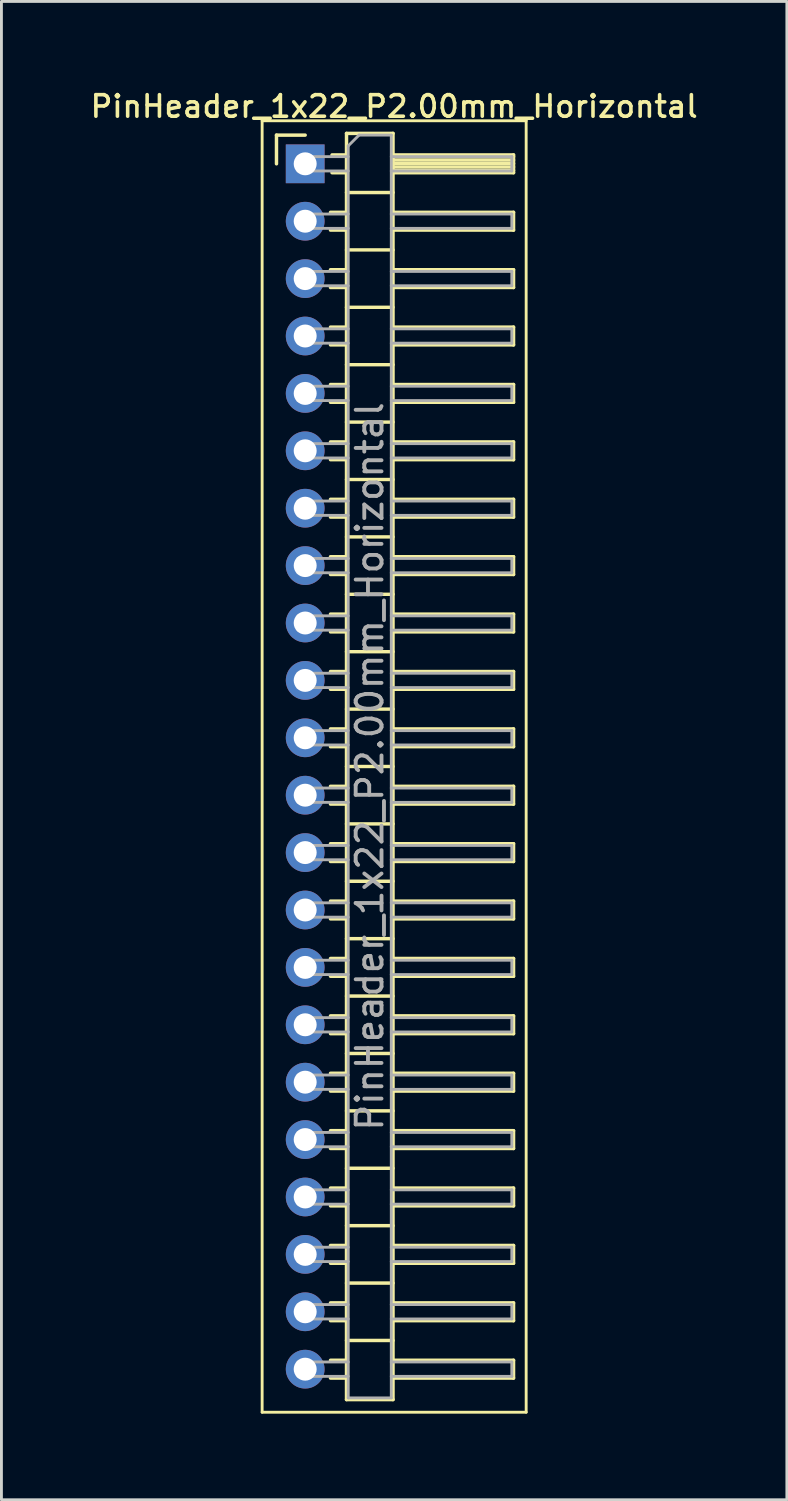
<source format=kicad_pcb>
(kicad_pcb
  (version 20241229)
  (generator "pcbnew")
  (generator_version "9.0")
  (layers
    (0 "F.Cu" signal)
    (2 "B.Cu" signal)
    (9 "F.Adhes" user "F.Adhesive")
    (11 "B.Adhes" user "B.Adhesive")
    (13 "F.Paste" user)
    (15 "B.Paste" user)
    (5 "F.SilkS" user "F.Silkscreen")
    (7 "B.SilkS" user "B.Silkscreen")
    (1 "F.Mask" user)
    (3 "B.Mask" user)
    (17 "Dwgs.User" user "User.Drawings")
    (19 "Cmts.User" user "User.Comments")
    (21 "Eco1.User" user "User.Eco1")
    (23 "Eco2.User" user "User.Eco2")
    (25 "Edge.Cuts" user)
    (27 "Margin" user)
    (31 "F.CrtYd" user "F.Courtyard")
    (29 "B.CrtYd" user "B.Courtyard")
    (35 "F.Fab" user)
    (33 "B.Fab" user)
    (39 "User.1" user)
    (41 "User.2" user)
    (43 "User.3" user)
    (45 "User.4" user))
  (footprint "PinHeader_1x22_P2.00mm_Horizontal"
    (layer "F.Cu")
    (at 7.584 2.658)
    (property "Reference" "PinHeader_1x22_P2.00mm_Horizontal" (at 3.1 -2 0) (layer "F.SilkS") (effects (font (size 0.75 0.75) (thickness 0.125))))
    (attr through_hole)
    (fp_line (start -1.5 -1.5) (end -1.5 43.5) (stroke (width 0.1) (type solid)) (layer "F.SilkS"))
    (fp_line (start -1.5 43.5) (end 7.7 43.5) (stroke (width 0.1) (type solid)) (layer "F.SilkS"))
    (fp_line (start -1 -1) (end 0 -1) (stroke (width 0.12) (type solid)) (layer "F.SilkS"))
    (fp_line (start -1 0) (end -1 -1) (stroke (width 0.12) (type solid)) (layer "F.SilkS"))
    (fp_line (start 0.882 1.69) (end 1.44 1.69) (stroke (width 0.12) (type solid)) (layer "F.SilkS"))
    (fp_line (start 0.882 2.31) (end 1.44 2.31) (stroke (width 0.12) (type solid)) (layer "F.SilkS"))
    (fp_line (start 0.882 3.69) (end 1.44 3.69) (stroke (width 0.12) (type solid)) (layer "F.SilkS"))
    (fp_line (start 0.882 4.31) (end 1.44 4.31) (stroke (width 0.12) (type solid)) (layer "F.SilkS"))
    (fp_line (start 0.882 5.69) (end 1.44 5.69) (stroke (width 0.12) (type solid)) (layer "F.SilkS"))
    (fp_line (start 0.882 6.31) (end 1.44 6.31) (stroke (width 0.12) (type solid)) (layer "F.SilkS"))
    (fp_line (start 0.882 7.69) (end 1.44 7.69) (stroke (width 0.12) (type solid)) (layer "F.SilkS"))
    (fp_line (start 0.882 8.31) (end 1.44 8.31) (stroke (width 0.12) (type solid)) (layer "F.SilkS"))
    (fp_line (start 0.882 9.69) (end 1.44 9.69) (stroke (width 0.12) (type solid)) (layer "F.SilkS"))
    (fp_line (start 0.882 10.31) (end 1.44 10.31) (stroke (width 0.12) (type solid)) (layer "F.SilkS"))
    (fp_line (start 0.882 11.69) (end 1.44 11.69) (stroke (width 0.12) (type solid)) (layer "F.SilkS"))
    (fp_line (start 0.882 12.31) (end 1.44 12.31) (stroke (width 0.12) (type solid)) (layer "F.SilkS"))
    (fp_line (start 0.882 13.69) (end 1.44 13.69) (stroke (width 0.12) (type solid)) (layer "F.SilkS"))
    (fp_line (start 0.882 14.31) (end 1.44 14.31) (stroke (width 0.12) (type solid)) (layer "F.SilkS"))
    (fp_line (start 0.882 15.69) (end 1.44 15.69) (stroke (width 0.12) (type solid)) (layer "F.SilkS"))
    (fp_line (start 0.882 16.31) (end 1.44 16.31) (stroke (width 0.12) (type solid)) (layer "F.SilkS"))
    (fp_line (start 0.882 17.69) (end 1.44 17.69) (stroke (width 0.12) (type solid)) (layer "F.SilkS"))
    (fp_line (start 0.882 18.31) (end 1.44 18.31) (stroke (width 0.12) (type solid)) (layer "F.SilkS"))
    (fp_line (start 0.882 19.69) (end 1.44 19.69) (stroke (width 0.12) (type solid)) (layer "F.SilkS"))
    (fp_line (start 0.882 20.31) (end 1.44 20.31) (stroke (width 0.12) (type solid)) (layer "F.SilkS"))
    (fp_line (start 0.882 21.69) (end 1.44 21.69) (stroke (width 0.12) (type solid)) (layer "F.SilkS"))
    (fp_line (start 0.882 22.31) (end 1.44 22.31) (stroke (width 0.12) (type solid)) (layer "F.SilkS"))
    (fp_line (start 0.882 23.69) (end 1.44 23.69) (stroke (width 0.12) (type solid)) (layer "F.SilkS"))
    (fp_line (start 0.882 24.31) (end 1.44 24.31) (stroke (width 0.12) (type solid)) (layer "F.SilkS"))
    (fp_line (start 0.882 25.69) (end 1.44 25.69) (stroke (width 0.12) (type solid)) (layer "F.SilkS"))
    (fp_line (start 0.882 26.31) (end 1.44 26.31) (stroke (width 0.12) (type solid)) (layer "F.SilkS"))
    (fp_line (start 0.882 27.69) (end 1.44 27.69) (stroke (width 0.12) (type solid)) (layer "F.SilkS"))
    (fp_line (start 0.882 28.31) (end 1.44 28.31) (stroke (width 0.12) (type solid)) (layer "F.SilkS"))
    (fp_line (start 0.882 29.69) (end 1.44 29.69) (stroke (width 0.12) (type solid)) (layer "F.SilkS"))
    (fp_line (start 0.882 30.31) (end 1.44 30.31) (stroke (width 0.12) (type solid)) (layer "F.SilkS"))
    (fp_line (start 0.882 31.69) (end 1.44 31.69) (stroke (width 0.12) (type solid)) (layer "F.SilkS"))
    (fp_line (start 0.882 32.31) (end 1.44 32.31) (stroke (width 0.12) (type solid)) (layer "F.SilkS"))
    (fp_line (start 0.882 33.69) (end 1.44 33.69) (stroke (width 0.12) (type solid)) (layer "F.SilkS"))
    (fp_line (start 0.882 34.31) (end 1.44 34.31) (stroke (width 0.12) (type solid)) (layer "F.SilkS"))
    (fp_line (start 0.882 35.69) (end 1.44 35.69) (stroke (width 0.12) (type solid)) (layer "F.SilkS"))
    (fp_line (start 0.882 36.31) (end 1.44 36.31) (stroke (width 0.12) (type solid)) (layer "F.SilkS"))
    (fp_line (start 0.882 37.69) (end 1.44 37.69) (stroke (width 0.12) (type solid)) (layer "F.SilkS"))
    (fp_line (start 0.882 38.31) (end 1.44 38.31) (stroke (width 0.12) (type solid)) (layer "F.SilkS"))
    (fp_line (start 0.882 39.69) (end 1.44 39.69) (stroke (width 0.12) (type solid)) (layer "F.SilkS"))
    (fp_line (start 0.882 40.31) (end 1.44 40.31) (stroke (width 0.12) (type solid)) (layer "F.SilkS"))
    (fp_line (start 0.882 41.69) (end 1.44 41.69) (stroke (width 0.12) (type solid)) (layer "F.SilkS"))
    (fp_line (start 0.882 42.31) (end 1.44 42.31) (stroke (width 0.12) (type solid)) (layer "F.SilkS"))
    (fp_line (start 0.935 -0.31) (end 1.44 -0.31) (stroke (width 0.12) (type solid)) (layer "F.SilkS"))
    (fp_line (start 0.935 0.31) (end 1.44 0.31) (stroke (width 0.12) (type solid)) (layer "F.SilkS"))
    (fp_line (start 1.44 -1.06) (end 1.44 43.06) (stroke (width 0.12) (type solid)) (layer "F.SilkS"))
    (fp_line (start 1.44 1) (end 3.06 1) (stroke (width 0.12) (type solid)) (layer "F.SilkS"))
    (fp_line (start 1.44 3) (end 3.06 3) (stroke (width 0.12) (type solid)) (layer "F.SilkS"))
    (fp_line (start 1.44 5) (end 3.06 5) (stroke (width 0.12) (type solid)) (layer "F.SilkS"))
    (fp_line (start 1.44 7) (end 3.06 7) (stroke (width 0.12) (type solid)) (layer "F.SilkS"))
    (fp_line (start 1.44 9) (end 3.06 9) (stroke (width 0.12) (type solid)) (layer "F.SilkS"))
    (fp_line (start 1.44 11) (end 3.06 11) (stroke (width 0.12) (type solid)) (layer "F.SilkS"))
    (fp_line (start 1.44 13) (end 3.06 13) (stroke (width 0.12) (type solid)) (layer "F.SilkS"))
    (fp_line (start 1.44 15) (end 3.06 15) (stroke (width 0.12) (type solid)) (layer "F.SilkS"))
    (fp_line (start 1.44 17) (end 3.06 17) (stroke (width 0.12) (type solid)) (layer "F.SilkS"))
    (fp_line (start 1.44 19) (end 3.06 19) (stroke (width 0.12) (type solid)) (layer "F.SilkS"))
    (fp_line (start 1.44 21) (end 3.06 21) (stroke (width 0.12) (type solid)) (layer "F.SilkS"))
    (fp_line (start 1.44 23) (end 3.06 23) (stroke (width 0.12) (type solid)) (layer "F.SilkS"))
    (fp_line (start 1.44 25) (end 3.06 25) (stroke (width 0.12) (type solid)) (layer "F.SilkS"))
    (fp_line (start 1.44 27) (end 3.06 27) (stroke (width 0.12) (type solid)) (layer "F.SilkS"))
    (fp_line (start 1.44 29) (end 3.06 29) (stroke (width 0.12) (type solid)) (layer "F.SilkS"))
    (fp_line (start 1.44 31) (end 3.06 31) (stroke (width 0.12) (type solid)) (layer "F.SilkS"))
    (fp_line (start 1.44 33) (end 3.06 33) (stroke (width 0.12) (type solid)) (layer "F.SilkS"))
    (fp_line (start 1.44 35) (end 3.06 35) (stroke (width 0.12) (type solid)) (layer "F.SilkS"))
    (fp_line (start 1.44 37) (end 3.06 37) (stroke (width 0.12) (type solid)) (layer "F.SilkS"))
    (fp_line (start 1.44 39) (end 3.06 39) (stroke (width 0.12) (type solid)) (layer "F.SilkS"))
    (fp_line (start 1.44 41) (end 3.06 41) (stroke (width 0.12) (type solid)) (layer "F.SilkS"))
    (fp_line (start 1.44 43.06) (end 3.06 43.06) (stroke (width 0.12) (type solid)) (layer "F.SilkS"))
    (fp_line (start 3.06 -1.06) (end 1.44 -1.06) (stroke (width 0.12) (type solid)) (layer "F.SilkS"))
    (fp_line (start 3.06 -0.31) (end 7.26 -0.31) (stroke (width 0.12) (type solid)) (layer "F.SilkS"))
    (fp_line (start 3.06 -0.25) (end 7.26 -0.25) (stroke (width 0.12) (type solid)) (layer "F.SilkS"))
    (fp_line (start 3.06 -0.13) (end 7.26 -0.13) (stroke (width 0.12) (type solid)) (layer "F.SilkS"))
    (fp_line (start 3.06 -0.01) (end 7.26 -0.01) (stroke (width 0.12) (type solid)) (layer "F.SilkS"))
    (fp_line (start 3.06 0.11) (end 7.26 0.11) (stroke (width 0.12) (type solid)) (layer "F.SilkS"))
    (fp_line (start 3.06 0.23) (end 7.26 0.23) (stroke (width 0.12) (type solid)) (layer "F.SilkS"))
    (fp_line (start 3.06 1.69) (end 7.26 1.69) (stroke (width 0.12) (type solid)) (layer "F.SilkS"))
    (fp_line (start 3.06 3.69) (end 7.26 3.69) (stroke (width 0.12) (type solid)) (layer "F.SilkS"))
    (fp_line (start 3.06 5.69) (end 7.26 5.69) (stroke (width 0.12) (type solid)) (layer "F.SilkS"))
    (fp_line (start 3.06 7.69) (end 7.26 7.69) (stroke (width 0.12) (type solid)) (layer "F.SilkS"))
    (fp_line (start 3.06 9.69) (end 7.26 9.69) (stroke (width 0.12) (type solid)) (layer "F.SilkS"))
    (fp_line (start 3.06 11.69) (end 7.26 11.69) (stroke (width 0.12) (type solid)) (layer "F.SilkS"))
    (fp_line (start 3.06 13.69) (end 7.26 13.69) (stroke (width 0.12) (type solid)) (layer "F.SilkS"))
    (fp_line (start 3.06 15.69) (end 7.26 15.69) (stroke (width 0.12) (type solid)) (layer "F.SilkS"))
    (fp_line (start 3.06 17.69) (end 7.26 17.69) (stroke (width 0.12) (type solid)) (layer "F.SilkS"))
    (fp_line (start 3.06 19.69) (end 7.26 19.69) (stroke (width 0.12) (type solid)) (layer "F.SilkS"))
    (fp_line (start 3.06 21.69) (end 7.26 21.69) (stroke (width 0.12) (type solid)) (layer "F.SilkS"))
    (fp_line (start 3.06 23.69) (end 7.26 23.69) (stroke (width 0.12) (type solid)) (layer "F.SilkS"))
    (fp_line (start 3.06 25.69) (end 7.26 25.69) (stroke (width 0.12) (type solid)) (layer "F.SilkS"))
    (fp_line (start 3.06 27.69) (end 7.26 27.69) (stroke (width 0.12) (type solid)) (layer "F.SilkS"))
    (fp_line (start 3.06 29.69) (end 7.26 29.69) (stroke (width 0.12) (type solid)) (layer "F.SilkS"))
    (fp_line (start 3.06 31.69) (end 7.26 31.69) (stroke (width 0.12) (type solid)) (layer "F.SilkS"))
    (fp_line (start 3.06 33.69) (end 7.26 33.69) (stroke (width 0.12) (type solid)) (layer "F.SilkS"))
    (fp_line (start 3.06 35.69) (end 7.26 35.69) (stroke (width 0.12) (type solid)) (layer "F.SilkS"))
    (fp_line (start 3.06 37.69) (end 7.26 37.69) (stroke (width 0.12) (type solid)) (layer "F.SilkS"))
    (fp_line (start 3.06 39.69) (end 7.26 39.69) (stroke (width 0.12) (type solid)) (layer "F.SilkS"))
    (fp_line (start 3.06 41.69) (end 7.26 41.69) (stroke (width 0.12) (type solid)) (layer "F.SilkS"))
    (fp_line (start 3.06 43.06) (end 3.06 -1.06) (stroke (width 0.12) (type solid)) (layer "F.SilkS"))
    (fp_line (start 7.26 -0.31) (end 7.26 0.31) (stroke (width 0.12) (type solid)) (layer "F.SilkS"))
    (fp_line (start 7.26 0.31) (end 3.06 0.31) (stroke (width 0.12) (type solid)) (layer "F.SilkS"))
    (fp_line (start 7.26 1.69) (end 7.26 2.31) (stroke (width 0.12) (type solid)) (layer "F.SilkS"))
    (fp_line (start 7.26 2.31) (end 3.06 2.31) (stroke (width 0.12) (type solid)) (layer "F.SilkS"))
    (fp_line (start 7.26 3.69) (end 7.26 4.31) (stroke (width 0.12) (type solid)) (layer "F.SilkS"))
    (fp_line (start 7.26 4.31) (end 3.06 4.31) (stroke (width 0.12) (type solid)) (layer "F.SilkS"))
    (fp_line (start 7.26 5.69) (end 7.26 6.31) (stroke (width 0.12) (type solid)) (layer "F.SilkS"))
    (fp_line (start 7.26 6.31) (end 3.06 6.31) (stroke (width 0.12) (type solid)) (layer "F.SilkS"))
    (fp_line (start 7.26 7.69) (end 7.26 8.31) (stroke (width 0.12) (type solid)) (layer "F.SilkS"))
    (fp_line (start 7.26 8.31) (end 3.06 8.31) (stroke (width 0.12) (type solid)) (layer "F.SilkS"))
    (fp_line (start 7.26 9.69) (end 7.26 10.31) (stroke (width 0.12) (type solid)) (layer "F.SilkS"))
    (fp_line (start 7.26 10.31) (end 3.06 10.31) (stroke (width 0.12) (type solid)) (layer "F.SilkS"))
    (fp_line (start 7.26 11.69) (end 7.26 12.31) (stroke (width 0.12) (type solid)) (layer "F.SilkS"))
    (fp_line (start 7.26 12.31) (end 3.06 12.31) (stroke (width 0.12) (type solid)) (layer "F.SilkS"))
    (fp_line (start 7.26 13.69) (end 7.26 14.31) (stroke (width 0.12) (type solid)) (layer "F.SilkS"))
    (fp_line (start 7.26 14.31) (end 3.06 14.31) (stroke (width 0.12) (type solid)) (layer "F.SilkS"))
    (fp_line (start 7.26 15.69) (end 7.26 16.31) (stroke (width 0.12) (type solid)) (layer "F.SilkS"))
    (fp_line (start 7.26 16.31) (end 3.06 16.31) (stroke (width 0.12) (type solid)) (layer "F.SilkS"))
    (fp_line (start 7.26 17.69) (end 7.26 18.31) (stroke (width 0.12) (type solid)) (layer "F.SilkS"))
    (fp_line (start 7.26 18.31) (end 3.06 18.31) (stroke (width 0.12) (type solid)) (layer "F.SilkS"))
    (fp_line (start 7.26 19.69) (end 7.26 20.31) (stroke (width 0.12) (type solid)) (layer "F.SilkS"))
    (fp_line (start 7.26 20.31) (end 3.06 20.31) (stroke (width 0.12) (type solid)) (layer "F.SilkS"))
    (fp_line (start 7.26 21.69) (end 7.26 22.31) (stroke (width 0.12) (type solid)) (layer "F.SilkS"))
    (fp_line (start 7.26 22.31) (end 3.06 22.31) (stroke (width 0.12) (type solid)) (layer "F.SilkS"))
    (fp_line (start 7.26 23.69) (end 7.26 24.31) (stroke (width 0.12) (type solid)) (layer "F.SilkS"))
    (fp_line (start 7.26 24.31) (end 3.06 24.31) (stroke (width 0.12) (type solid)) (layer "F.SilkS"))
    (fp_line (start 7.26 25.69) (end 7.26 26.31) (stroke (width 0.12) (type solid)) (layer "F.SilkS"))
    (fp_line (start 7.26 26.31) (end 3.06 26.31) (stroke (width 0.12) (type solid)) (layer "F.SilkS"))
    (fp_line (start 7.26 27.69) (end 7.26 28.31) (stroke (width 0.12) (type solid)) (layer "F.SilkS"))
    (fp_line (start 7.26 28.31) (end 3.06 28.31) (stroke (width 0.12) (type solid)) (layer "F.SilkS"))
    (fp_line (start 7.26 29.69) (end 7.26 30.31) (stroke (width 0.12) (type solid)) (layer "F.SilkS"))
    (fp_line (start 7.26 30.31) (end 3.06 30.31) (stroke (width 0.12) (type solid)) (layer "F.SilkS"))
    (fp_line (start 7.26 31.69) (end 7.26 32.31) (stroke (width 0.12) (type solid)) (layer "F.SilkS"))
    (fp_line (start 7.26 32.31) (end 3.06 32.31) (stroke (width 0.12) (type solid)) (layer "F.SilkS"))
    (fp_line (start 7.26 33.69) (end 7.26 34.31) (stroke (width 0.12) (type solid)) (layer "F.SilkS"))
    (fp_line (start 7.26 34.31) (end 3.06 34.31) (stroke (width 0.12) (type solid)) (layer "F.SilkS"))
    (fp_line (start 7.26 35.69) (end 7.26 36.31) (stroke (width 0.12) (type solid)) (layer "F.SilkS"))
    (fp_line (start 7.26 36.31) (end 3.06 36.31) (stroke (width 0.12) (type solid)) (layer "F.SilkS"))
    (fp_line (start 7.26 37.69) (end 7.26 38.31) (stroke (width 0.12) (type solid)) (layer "F.SilkS"))
    (fp_line (start 7.26 38.31) (end 3.06 38.31) (stroke (width 0.12) (type solid)) (layer "F.SilkS"))
    (fp_line (start 7.26 39.69) (end 7.26 40.31) (stroke (width 0.12) (type solid)) (layer "F.SilkS"))
    (fp_line (start 7.26 40.31) (end 3.06 40.31) (stroke (width 0.12) (type solid)) (layer "F.SilkS"))
    (fp_line (start 7.26 41.69) (end 7.26 42.31) (stroke (width 0.12) (type solid)) (layer "F.SilkS"))
    (fp_line (start 7.26 42.31) (end 3.06 42.31) (stroke (width 0.12) (type solid)) (layer "F.SilkS"))
    (fp_line (start 7.7 -1.5) (end -1.5 -1.5) (stroke (width 0.1) (type solid)) (layer "F.SilkS"))
    (fp_line (start 7.7 43.5) (end 7.7 -1.5) (stroke (width 0.1) (type solid)) (layer "F.SilkS"))
    (fp_line (start -0.25 -0.25) (end -0.25 0.25) (stroke (width 0.1) (type solid)) (layer "F.Fab"))
    (fp_line (start -0.25 -0.25) (end 1.5 -0.25) (stroke (width 0.1) (type solid)) (layer "F.Fab"))
    (fp_line (start -0.25 0.25) (end 1.5 0.25) (stroke (width 0.1) (type solid)) (layer "F.Fab"))
    (fp_line (start -0.25 1.75) (end -0.25 2.25) (stroke (width 0.1) (type solid)) (layer "F.Fab"))
    (fp_line (start -0.25 1.75) (end 1.5 1.75) (stroke (width 0.1) (type solid)) (layer "F.Fab"))
    (fp_line (start -0.25 2.25) (end 1.5 2.25) (stroke (width 0.1) (type solid)) (layer "F.Fab"))
    (fp_line (start -0.25 3.75) (end -0.25 4.25) (stroke (width 0.1) (type solid)) (layer "F.Fab"))
    (fp_line (start -0.25 3.75) (end 1.5 3.75) (stroke (width 0.1) (type solid)) (layer "F.Fab"))
    (fp_line (start -0.25 4.25) (end 1.5 4.25) (stroke (width 0.1) (type solid)) (layer "F.Fab"))
    (fp_line (start -0.25 5.75) (end -0.25 6.25) (stroke (width 0.1) (type solid)) (layer "F.Fab"))
    (fp_line (start -0.25 5.75) (end 1.5 5.75) (stroke (width 0.1) (type solid)) (layer "F.Fab"))
    (fp_line (start -0.25 6.25) (end 1.5 6.25) (stroke (width 0.1) (type solid)) (layer "F.Fab"))
    (fp_line (start -0.25 7.75) (end -0.25 8.25) (stroke (width 0.1) (type solid)) (layer "F.Fab"))
    (fp_line (start -0.25 7.75) (end 1.5 7.75) (stroke (width 0.1) (type solid)) (layer "F.Fab"))
    (fp_line (start -0.25 8.25) (end 1.5 8.25) (stroke (width 0.1) (type solid)) (layer "F.Fab"))
    (fp_line (start -0.25 9.75) (end -0.25 10.25) (stroke (width 0.1) (type solid)) (layer "F.Fab"))
    (fp_line (start -0.25 9.75) (end 1.5 9.75) (stroke (width 0.1) (type solid)) (layer "F.Fab"))
    (fp_line (start -0.25 10.25) (end 1.5 10.25) (stroke (width 0.1) (type solid)) (layer "F.Fab"))
    (fp_line (start -0.25 11.75) (end -0.25 12.25) (stroke (width 0.1) (type solid)) (layer "F.Fab"))
    (fp_line (start -0.25 11.75) (end 1.5 11.75) (stroke (width 0.1) (type solid)) (layer "F.Fab"))
    (fp_line (start -0.25 12.25) (end 1.5 12.25) (stroke (width 0.1) (type solid)) (layer "F.Fab"))
    (fp_line (start -0.25 13.75) (end -0.25 14.25) (stroke (width 0.1) (type solid)) (layer "F.Fab"))
    (fp_line (start -0.25 13.75) (end 1.5 13.75) (stroke (width 0.1) (type solid)) (layer "F.Fab"))
    (fp_line (start -0.25 14.25) (end 1.5 14.25) (stroke (width 0.1) (type solid)) (layer "F.Fab"))
    (fp_line (start -0.25 15.75) (end -0.25 16.25) (stroke (width 0.1) (type solid)) (layer "F.Fab"))
    (fp_line (start -0.25 15.75) (end 1.5 15.75) (stroke (width 0.1) (type solid)) (layer "F.Fab"))
    (fp_line (start -0.25 16.25) (end 1.5 16.25) (stroke (width 0.1) (type solid)) (layer "F.Fab"))
    (fp_line (start -0.25 17.75) (end -0.25 18.25) (stroke (width 0.1) (type solid)) (layer "F.Fab"))
    (fp_line (start -0.25 17.75) (end 1.5 17.75) (stroke (width 0.1) (type solid)) (layer "F.Fab"))
    (fp_line (start -0.25 18.25) (end 1.5 18.25) (stroke (width 0.1) (type solid)) (layer "F.Fab"))
    (fp_line (start -0.25 19.75) (end -0.25 20.25) (stroke (width 0.1) (type solid)) (layer "F.Fab"))
    (fp_line (start -0.25 19.75) (end 1.5 19.75) (stroke (width 0.1) (type solid)) (layer "F.Fab"))
    (fp_line (start -0.25 20.25) (end 1.5 20.25) (stroke (width 0.1) (type solid)) (layer "F.Fab"))
    (fp_line (start -0.25 21.75) (end -0.25 22.25) (stroke (width 0.1) (type solid)) (layer "F.Fab"))
    (fp_line (start -0.25 21.75) (end 1.5 21.75) (stroke (width 0.1) (type solid)) (layer "F.Fab"))
    (fp_line (start -0.25 22.25) (end 1.5 22.25) (stroke (width 0.1) (type solid)) (layer "F.Fab"))
    (fp_line (start -0.25 23.75) (end -0.25 24.25) (stroke (width 0.1) (type solid)) (layer "F.Fab"))
    (fp_line (start -0.25 23.75) (end 1.5 23.75) (stroke (width 0.1) (type solid)) (layer "F.Fab"))
    (fp_line (start -0.25 24.25) (end 1.5 24.25) (stroke (width 0.1) (type solid)) (layer "F.Fab"))
    (fp_line (start -0.25 25.75) (end -0.25 26.25) (stroke (width 0.1) (type solid)) (layer "F.Fab"))
    (fp_line (start -0.25 25.75) (end 1.5 25.75) (stroke (width 0.1) (type solid)) (layer "F.Fab"))
    (fp_line (start -0.25 26.25) (end 1.5 26.25) (stroke (width 0.1) (type solid)) (layer "F.Fab"))
    (fp_line (start -0.25 27.75) (end -0.25 28.25) (stroke (width 0.1) (type solid)) (layer "F.Fab"))
    (fp_line (start -0.25 27.75) (end 1.5 27.75) (stroke (width 0.1) (type solid)) (layer "F.Fab"))
    (fp_line (start -0.25 28.25) (end 1.5 28.25) (stroke (width 0.1) (type solid)) (layer "F.Fab"))
    (fp_line (start -0.25 29.75) (end -0.25 30.25) (stroke (width 0.1) (type solid)) (layer "F.Fab"))
    (fp_line (start -0.25 29.75) (end 1.5 29.75) (stroke (width 0.1) (type solid)) (layer "F.Fab"))
    (fp_line (start -0.25 30.25) (end 1.5 30.25) (stroke (width 0.1) (type solid)) (layer "F.Fab"))
    (fp_line (start -0.25 31.75) (end -0.25 32.25) (stroke (width 0.1) (type solid)) (layer "F.Fab"))
    (fp_line (start -0.25 31.75) (end 1.5 31.75) (stroke (width 0.1) (type solid)) (layer "F.Fab"))
    (fp_line (start -0.25 32.25) (end 1.5 32.25) (stroke (width 0.1) (type solid)) (layer "F.Fab"))
    (fp_line (start -0.25 33.75) (end -0.25 34.25) (stroke (width 0.1) (type solid)) (layer "F.Fab"))
    (fp_line (start -0.25 33.75) (end 1.5 33.75) (stroke (width 0.1) (type solid)) (layer "F.Fab"))
    (fp_line (start -0.25 34.25) (end 1.5 34.25) (stroke (width 0.1) (type solid)) (layer "F.Fab"))
    (fp_line (start -0.25 35.75) (end -0.25 36.25) (stroke (width 0.1) (type solid)) (layer "F.Fab"))
    (fp_line (start -0.25 35.75) (end 1.5 35.75) (stroke (width 0.1) (type solid)) (layer "F.Fab"))
    (fp_line (start -0.25 36.25) (end 1.5 36.25) (stroke (width 0.1) (type solid)) (layer "F.Fab"))
    (fp_line (start -0.25 37.75) (end -0.25 38.25) (stroke (width 0.1) (type solid)) (layer "F.Fab"))
    (fp_line (start -0.25 37.75) (end 1.5 37.75) (stroke (width 0.1) (type solid)) (layer "F.Fab"))
    (fp_line (start -0.25 38.25) (end 1.5 38.25) (stroke (width 0.1) (type solid)) (layer "F.Fab"))
    (fp_line (start -0.25 39.75) (end -0.25 40.25) (stroke (width 0.1) (type solid)) (layer "F.Fab"))
    (fp_line (start -0.25 39.75) (end 1.5 39.75) (stroke (width 0.1) (type solid)) (layer "F.Fab"))
    (fp_line (start -0.25 40.25) (end 1.5 40.25) (stroke (width 0.1) (type solid)) (layer "F.Fab"))
    (fp_line (start -0.25 41.75) (end -0.25 42.25) (stroke (width 0.1) (type solid)) (layer "F.Fab"))
    (fp_line (start -0.25 41.75) (end 1.5 41.75) (stroke (width 0.1) (type solid)) (layer "F.Fab"))
    (fp_line (start -0.25 42.25) (end 1.5 42.25) (stroke (width 0.1) (type solid)) (layer "F.Fab"))
    (fp_line (start 1.5 -0.625) (end 1.875 -1) (stroke (width 0.1) (type solid)) (layer "F.Fab"))
    (fp_line (start 1.5 43) (end 1.5 -0.625) (stroke (width 0.1) (type solid)) (layer "F.Fab"))
    (fp_line (start 1.875 -1) (end 3 -1) (stroke (width 0.1) (type solid)) (layer "F.Fab"))
    (fp_line (start 3 -1) (end 3 43) (stroke (width 0.1) (type solid)) (layer "F.Fab"))
    (fp_line (start 3 -0.25) (end 7.2 -0.25) (stroke (width 0.1) (type solid)) (layer "F.Fab"))
    (fp_line (start 3 0.25) (end 7.2 0.25) (stroke (width 0.1) (type solid)) (layer "F.Fab"))
    (fp_line (start 3 1.75) (end 7.2 1.75) (stroke (width 0.1) (type solid)) (layer "F.Fab"))
    (fp_line (start 3 2.25) (end 7.2 2.25) (stroke (width 0.1) (type solid)) (layer "F.Fab"))
    (fp_line (start 3 3.75) (end 7.2 3.75) (stroke (width 0.1) (type solid)) (layer "F.Fab"))
    (fp_line (start 3 4.25) (end 7.2 4.25) (stroke (width 0.1) (type solid)) (layer "F.Fab"))
    (fp_line (start 3 5.75) (end 7.2 5.75) (stroke (width 0.1) (type solid)) (layer "F.Fab"))
    (fp_line (start 3 6.25) (end 7.2 6.25) (stroke (width 0.1) (type solid)) (layer "F.Fab"))
    (fp_line (start 3 7.75) (end 7.2 7.75) (stroke (width 0.1) (type solid)) (layer "F.Fab"))
    (fp_line (start 3 8.25) (end 7.2 8.25) (stroke (width 0.1) (type solid)) (layer "F.Fab"))
    (fp_line (start 3 9.75) (end 7.2 9.75) (stroke (width 0.1) (type solid)) (layer "F.Fab"))
    (fp_line (start 3 10.25) (end 7.2 10.25) (stroke (width 0.1) (type solid)) (layer "F.Fab"))
    (fp_line (start 3 11.75) (end 7.2 11.75) (stroke (width 0.1) (type solid)) (layer "F.Fab"))
    (fp_line (start 3 12.25) (end 7.2 12.25) (stroke (width 0.1) (type solid)) (layer "F.Fab"))
    (fp_line (start 3 13.75) (end 7.2 13.75) (stroke (width 0.1) (type solid)) (layer "F.Fab"))
    (fp_line (start 3 14.25) (end 7.2 14.25) (stroke (width 0.1) (type solid)) (layer "F.Fab"))
    (fp_line (start 3 15.75) (end 7.2 15.75) (stroke (width 0.1) (type solid)) (layer "F.Fab"))
    (fp_line (start 3 16.25) (end 7.2 16.25) (stroke (width 0.1) (type solid)) (layer "F.Fab"))
    (fp_line (start 3 17.75) (end 7.2 17.75) (stroke (width 0.1) (type solid)) (layer "F.Fab"))
    (fp_line (start 3 18.25) (end 7.2 18.25) (stroke (width 0.1) (type solid)) (layer "F.Fab"))
    (fp_line (start 3 19.75) (end 7.2 19.75) (stroke (width 0.1) (type solid)) (layer "F.Fab"))
    (fp_line (start 3 20.25) (end 7.2 20.25) (stroke (width 0.1) (type solid)) (layer "F.Fab"))
    (fp_line (start 3 21.75) (end 7.2 21.75) (stroke (width 0.1) (type solid)) (layer "F.Fab"))
    (fp_line (start 3 22.25) (end 7.2 22.25) (stroke (width 0.1) (type solid)) (layer "F.Fab"))
    (fp_line (start 3 23.75) (end 7.2 23.75) (stroke (width 0.1) (type solid)) (layer "F.Fab"))
    (fp_line (start 3 24.25) (end 7.2 24.25) (stroke (width 0.1) (type solid)) (layer "F.Fab"))
    (fp_line (start 3 25.75) (end 7.2 25.75) (stroke (width 0.1) (type solid)) (layer "F.Fab"))
    (fp_line (start 3 26.25) (end 7.2 26.25) (stroke (width 0.1) (type solid)) (layer "F.Fab"))
    (fp_line (start 3 27.75) (end 7.2 27.75) (stroke (width 0.1) (type solid)) (layer "F.Fab"))
    (fp_line (start 3 28.25) (end 7.2 28.25) (stroke (width 0.1) (type solid)) (layer "F.Fab"))
    (fp_line (start 3 29.75) (end 7.2 29.75) (stroke (width 0.1) (type solid)) (layer "F.Fab"))
    (fp_line (start 3 30.25) (end 7.2 30.25) (stroke (width 0.1) (type solid)) (layer "F.Fab"))
    (fp_line (start 3 31.75) (end 7.2 31.75) (stroke (width 0.1) (type solid)) (layer "F.Fab"))
    (fp_line (start 3 32.25) (end 7.2 32.25) (stroke (width 0.1) (type solid)) (layer "F.Fab"))
    (fp_line (start 3 33.75) (end 7.2 33.75) (stroke (width 0.1) (type solid)) (layer "F.Fab"))
    (fp_line (start 3 34.25) (end 7.2 34.25) (stroke (width 0.1) (type solid)) (layer "F.Fab"))
    (fp_line (start 3 35.75) (end 7.2 35.75) (stroke (width 0.1) (type solid)) (layer "F.Fab"))
    (fp_line (start 3 36.25) (end 7.2 36.25) (stroke (width 0.1) (type solid)) (layer "F.Fab"))
    (fp_line (start 3 37.75) (end 7.2 37.75) (stroke (width 0.1) (type solid)) (layer "F.Fab"))
    (fp_line (start 3 38.25) (end 7.2 38.25) (stroke (width 0.1) (type solid)) (layer "F.Fab"))
    (fp_line (start 3 39.75) (end 7.2 39.75) (stroke (width 0.1) (type solid)) (layer "F.Fab"))
    (fp_line (start 3 40.25) (end 7.2 40.25) (stroke (width 0.1) (type solid)) (layer "F.Fab"))
    (fp_line (start 3 41.75) (end 7.2 41.75) (stroke (width 0.1) (type solid)) (layer "F.Fab"))
    (fp_line (start 3 42.25) (end 7.2 42.25) (stroke (width 0.1) (type solid)) (layer "F.Fab"))
    (fp_line (start 3 43) (end 1.5 43) (stroke (width 0.1) (type solid)) (layer "F.Fab"))
    (fp_line (start 7.2 -0.25) (end 7.2 0.25) (stroke (width 0.1) (type solid)) (layer "F.Fab"))
    (fp_line (start 7.2 1.75) (end 7.2 2.25) (stroke (width 0.1) (type solid)) (layer "F.Fab"))
    (fp_line (start 7.2 3.75) (end 7.2 4.25) (stroke (width 0.1) (type solid)) (layer "F.Fab"))
    (fp_line (start 7.2 5.75) (end 7.2 6.25) (stroke (width 0.1) (type solid)) (layer "F.Fab"))
    (fp_line (start 7.2 7.75) (end 7.2 8.25) (stroke (width 0.1) (type solid)) (layer "F.Fab"))
    (fp_line (start 7.2 9.75) (end 7.2 10.25) (stroke (width 0.1) (type solid)) (layer "F.Fab"))
    (fp_line (start 7.2 11.75) (end 7.2 12.25) (stroke (width 0.1) (type solid)) (layer "F.Fab"))
    (fp_line (start 7.2 13.75) (end 7.2 14.25) (stroke (width 0.1) (type solid)) (layer "F.Fab"))
    (fp_line (start 7.2 15.75) (end 7.2 16.25) (stroke (width 0.1) (type solid)) (layer "F.Fab"))
    (fp_line (start 7.2 17.75) (end 7.2 18.25) (stroke (width 0.1) (type solid)) (layer "F.Fab"))
    (fp_line (start 7.2 19.75) (end 7.2 20.25) (stroke (width 0.1) (type solid)) (layer "F.Fab"))
    (fp_line (start 7.2 21.75) (end 7.2 22.25) (stroke (width 0.1) (type solid)) (layer "F.Fab"))
    (fp_line (start 7.2 23.75) (end 7.2 24.25) (stroke (width 0.1) (type solid)) (layer "F.Fab"))
    (fp_line (start 7.2 25.75) (end 7.2 26.25) (stroke (width 0.1) (type solid)) (layer "F.Fab"))
    (fp_line (start 7.2 27.75) (end 7.2 28.25) (stroke (width 0.1) (type solid)) (layer "F.Fab"))
    (fp_line (start 7.2 29.75) (end 7.2 30.25) (stroke (width 0.1) (type solid)) (layer "F.Fab"))
    (fp_line (start 7.2 31.75) (end 7.2 32.25) (stroke (width 0.1) (type solid)) (layer "F.Fab"))
    (fp_line (start 7.2 33.75) (end 7.2 34.25) (stroke (width 0.1) (type solid)) (layer "F.Fab"))
    (fp_line (start 7.2 35.75) (end 7.2 36.25) (stroke (width 0.1) (type solid)) (layer "F.Fab"))
    (fp_line (start 7.2 37.75) (end 7.2 38.25) (stroke (width 0.1) (type solid)) (layer "F.Fab"))
    (fp_line (start 7.2 39.75) (end 7.2 40.25) (stroke (width 0.1) (type solid)) (layer "F.Fab"))
    (fp_line (start 7.2 41.75) (end 7.2 42.25) (stroke (width 0.1) (type solid)) (layer "F.Fab"))
    (fp_text user "${REFERENCE}" (at 2.25 21 90) (layer "F.Fab") (effects (font (size 0.9 0.9) (thickness 0.135))))
    (pad "1" thru_hole rect (at 0 0) (size 1.35 1.35) (drill 0.8) (layers "*.Cu" "*.Mask"))
    (pad "2" thru_hole oval (at 0 2) (size 1.35 1.35) (drill 0.8) (layers "*.Cu" "*.Mask"))
    (pad "3" thru_hole oval (at 0 4) (size 1.35 1.35) (drill 0.8) (layers "*.Cu" "*.Mask"))
    (pad "4" thru_hole oval (at 0 6) (size 1.35 1.35) (drill 0.8) (layers "*.Cu" "*.Mask"))
    (pad "5" thru_hole oval (at 0 8) (size 1.35 1.35) (drill 0.8) (layers "*.Cu" "*.Mask"))
    (pad "6" thru_hole oval (at 0 10) (size 1.35 1.35) (drill 0.8) (layers "*.Cu" "*.Mask"))
    (pad "7" thru_hole oval (at 0 12) (size 1.35 1.35) (drill 0.8) (layers "*.Cu" "*.Mask"))
    (pad "8" thru_hole oval (at 0 14) (size 1.35 1.35) (drill 0.8) (layers "*.Cu" "*.Mask"))
    (pad "9" thru_hole oval (at 0 16) (size 1.35 1.35) (drill 0.8) (layers "*.Cu" "*.Mask"))
    (pad "10" thru_hole oval (at 0 18) (size 1.35 1.35) (drill 0.8) (layers "*.Cu" "*.Mask"))
    (pad "11" thru_hole oval (at 0 20) (size 1.35 1.35) (drill 0.8) (layers "*.Cu" "*.Mask"))
    (pad "12" thru_hole oval (at 0 22) (size 1.35 1.35) (drill 0.8) (layers "*.Cu" "*.Mask"))
    (pad "13" thru_hole oval (at 0 24) (size 1.35 1.35) (drill 0.8) (layers "*.Cu" "*.Mask"))
    (pad "14" thru_hole oval (at 0 26) (size 1.35 1.35) (drill 0.8) (layers "*.Cu" "*.Mask"))
    (pad "15" thru_hole oval (at 0 28) (size 1.35 1.35) (drill 0.8) (layers "*.Cu" "*.Mask"))
    (pad "16" thru_hole oval (at 0 30) (size 1.35 1.35) (drill 0.8) (layers "*.Cu" "*.Mask"))
    (pad "17" thru_hole oval (at 0 32) (size 1.35 1.35) (drill 0.8) (layers "*.Cu" "*.Mask"))
    (pad "18" thru_hole oval (at 0 34) (size 1.35 1.35) (drill 0.8) (layers "*.Cu" "*.Mask"))
    (pad "19" thru_hole oval (at 0 36) (size 1.35 1.35) (drill 0.8) (layers "*.Cu" "*.Mask"))
    (pad "20" thru_hole oval (at 0 38) (size 1.35 1.35) (drill 0.8) (layers "*.Cu" "*.Mask"))
    (pad "21" thru_hole oval (at 0 40) (size 1.35 1.35) (drill 0.8) (layers "*.Cu" "*.Mask"))
    (pad "22" thru_hole oval (at 0 42) (size 1.35 1.35) (drill 0.8) (layers "*.Cu" "*.Mask")))
  (gr_rect
    (start -3 -3)
    (end 24.368 49.208)
    (stroke (width 0.1) (type default))
    (fill no)
    (layer "Edge.Cuts")))
</source>
